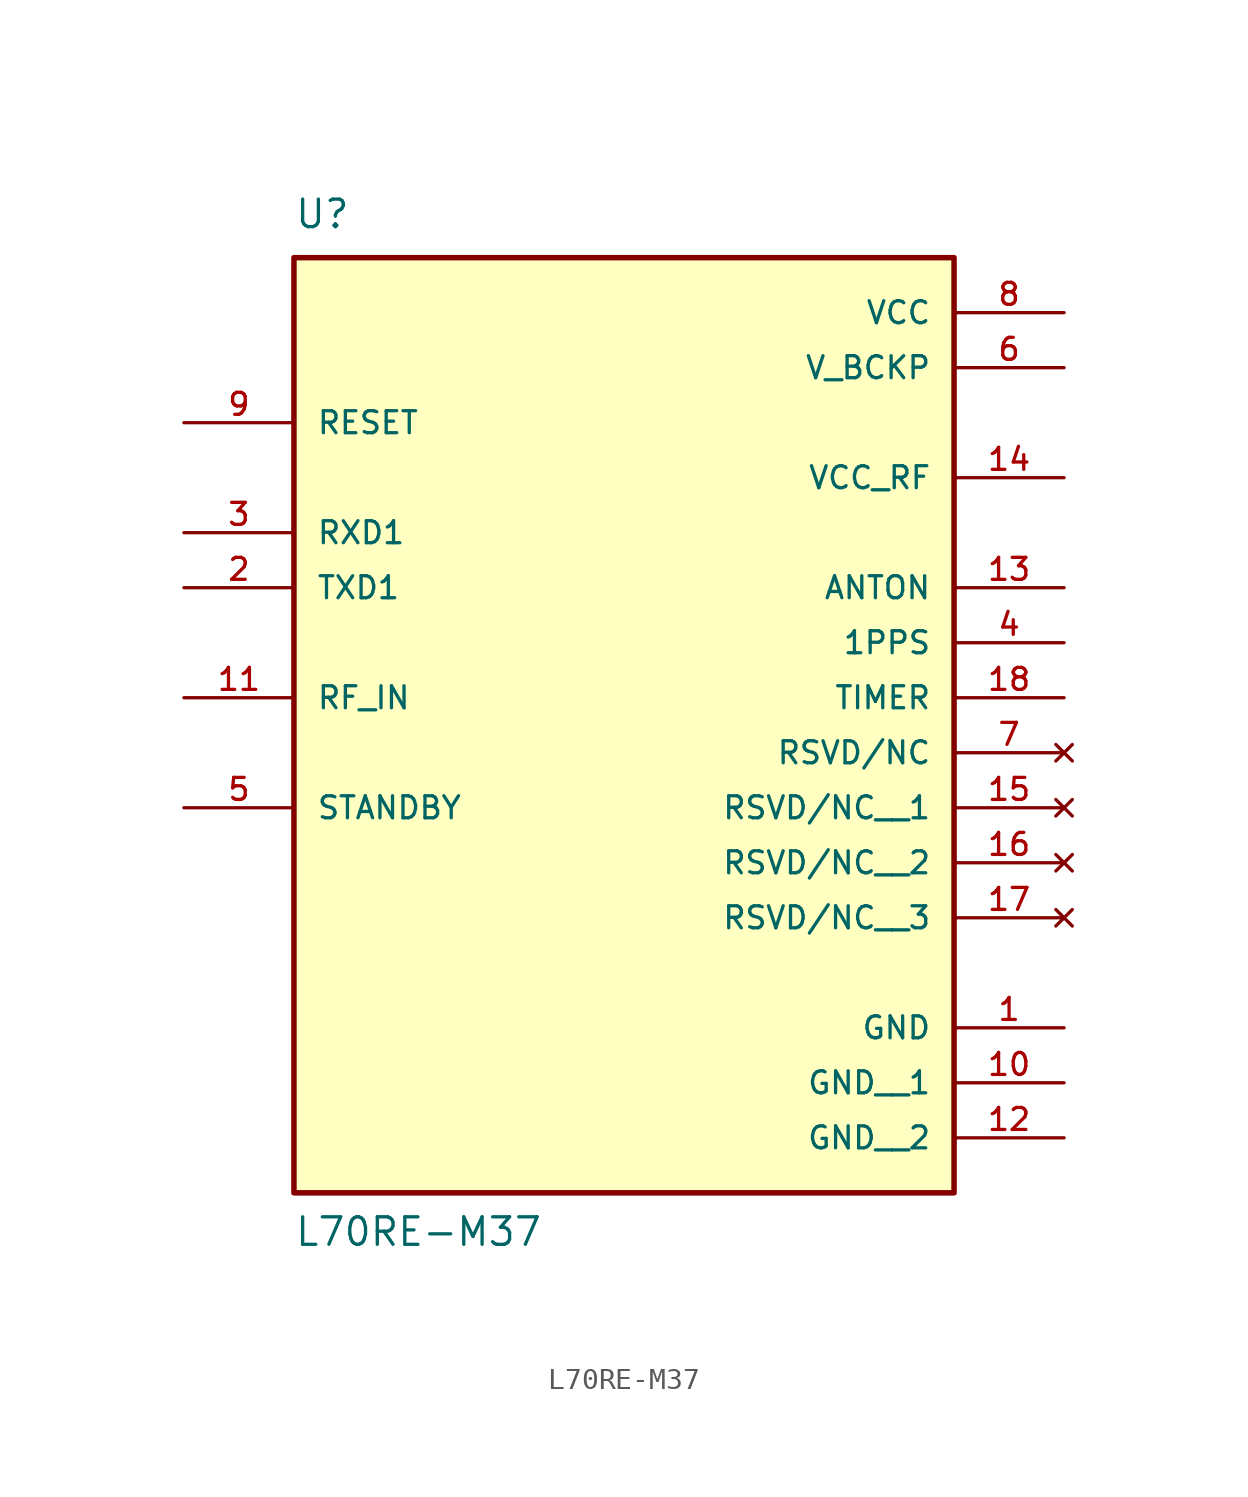
<source format=kicad_sym>
(kicad_symbol_lib
  (version 20211014)
  (generator kicad_symbol_editor)
  (symbol "L70RE-M37"
    (pin_names
      (offset 1.016))
    (property "Reference" "U"
      (at -15.24 16.51 0)
      (effects (font (size 1.27 1.27)) (justify bottom left)))
    (property "Value" "L70RE-M37"
      (at -15.24 -30.48 0)
      (effects (font (size 1.27 1.27)) (justify bottom left)))
    (symbol "L70RE-M37_0_0"
      (rectangle (start -15.24 -27.94) (end 15.24 15.24) (stroke (width 0.254)) (fill (type background)))
      (pin power_in line (at 20.32 12.7 180.0) (length 5.08) (name "VCC" (effects (font (size 1.016 1.016)))) (number "8" (effects (font (size 1.016 1.016)))))
      (pin power_in line (at 20.32 10.16 180.0) (length 5.08) (name "V_BCKP" (effects (font (size 1.016 1.016)))) (number "6" (effects (font (size 1.016 1.016)))))
      (pin output line (at 20.32 5.08 180.0) (length 5.08) (name "VCC_RF" (effects (font (size 1.016 1.016)))) (number "14" (effects (font (size 1.016 1.016)))))
      (pin input line (at -20.32 7.62 0) (length 5.08) (name "RESET" (effects (font (size 1.016 1.016)))) (number "9" (effects (font (size 1.016 1.016)))))
      (pin input line (at -20.32 2.54 0) (length 5.08) (name "RXD1" (effects (font (size 1.016 1.016)))) (number "3" (effects (font (size 1.016 1.016)))))
      (pin output line (at -20.32 0.0 0) (length 5.08) (name "TXD1" (effects (font (size 1.016 1.016)))) (number "2" (effects (font (size 1.016 1.016)))))
      (pin input line (at -20.32 -5.08 0) (length 5.08) (name "RF_IN" (effects (font (size 1.016 1.016)))) (number "11" (effects (font (size 1.016 1.016)))))
      (pin input line (at -20.32 -10.16 0) (length 5.08) (name "STANDBY" (effects (font (size 1.016 1.016)))) (number "5" (effects (font (size 1.016 1.016)))))
      (pin output line (at 20.32 0.0 180.0) (length 5.08) (name "ANTON" (effects (font (size 1.016 1.016)))) (number "13" (effects (font (size 1.016 1.016)))))
      (pin output line (at 20.32 -2.54 180.0) (length 5.08) (name "1PPS" (effects (font (size 1.016 1.016)))) (number "4" (effects (font (size 1.016 1.016)))))
      (pin output line (at 20.32 -5.08 180.0) (length 5.08) (name "TIMER" (effects (font (size 1.016 1.016)))) (number "18" (effects (font (size 1.016 1.016)))))
      (pin power_in line (at 20.32 -20.32 180.0) (length 5.08) (name "GND" (effects (font (size 1.016 1.016)))) (number "1" (effects (font (size 1.016 1.016)))))
      (pin no_connect line (at 20.32 -7.62 180.0) (length 5.08) (name "RSVD/NC" (effects (font (size 1.016 1.016)))) (number "7" (effects (font (size 1.016 1.016)))))
      (pin no_connect line (at 20.32 -10.16 180.0) (length 5.08) (name "RSVD/NC__1" (effects (font (size 1.016 1.016)))) (number "15" (effects (font (size 1.016 1.016)))))
      (pin no_connect line (at 20.32 -12.7 180.0) (length 5.08) (name "RSVD/NC__2" (effects (font (size 1.016 1.016)))) (number "16" (effects (font (size 1.016 1.016)))))
      (pin no_connect line (at 20.32 -15.24 180.0) (length 5.08) (name "RSVD/NC__3" (effects (font (size 1.016 1.016)))) (number "17" (effects (font (size 1.016 1.016)))))
      (pin power_in line (at 20.32 -22.86 180.0) (length 5.08) (name "GND__1" (effects (font (size 1.016 1.016)))) (number "10" (effects (font (size 1.016 1.016)))))
      (pin power_in line (at 20.32 -25.4 180.0) (length 5.08) (name "GND__2" (effects (font (size 1.016 1.016)))) (number "12" (effects (font (size 1.016 1.016))))))))
</source>
